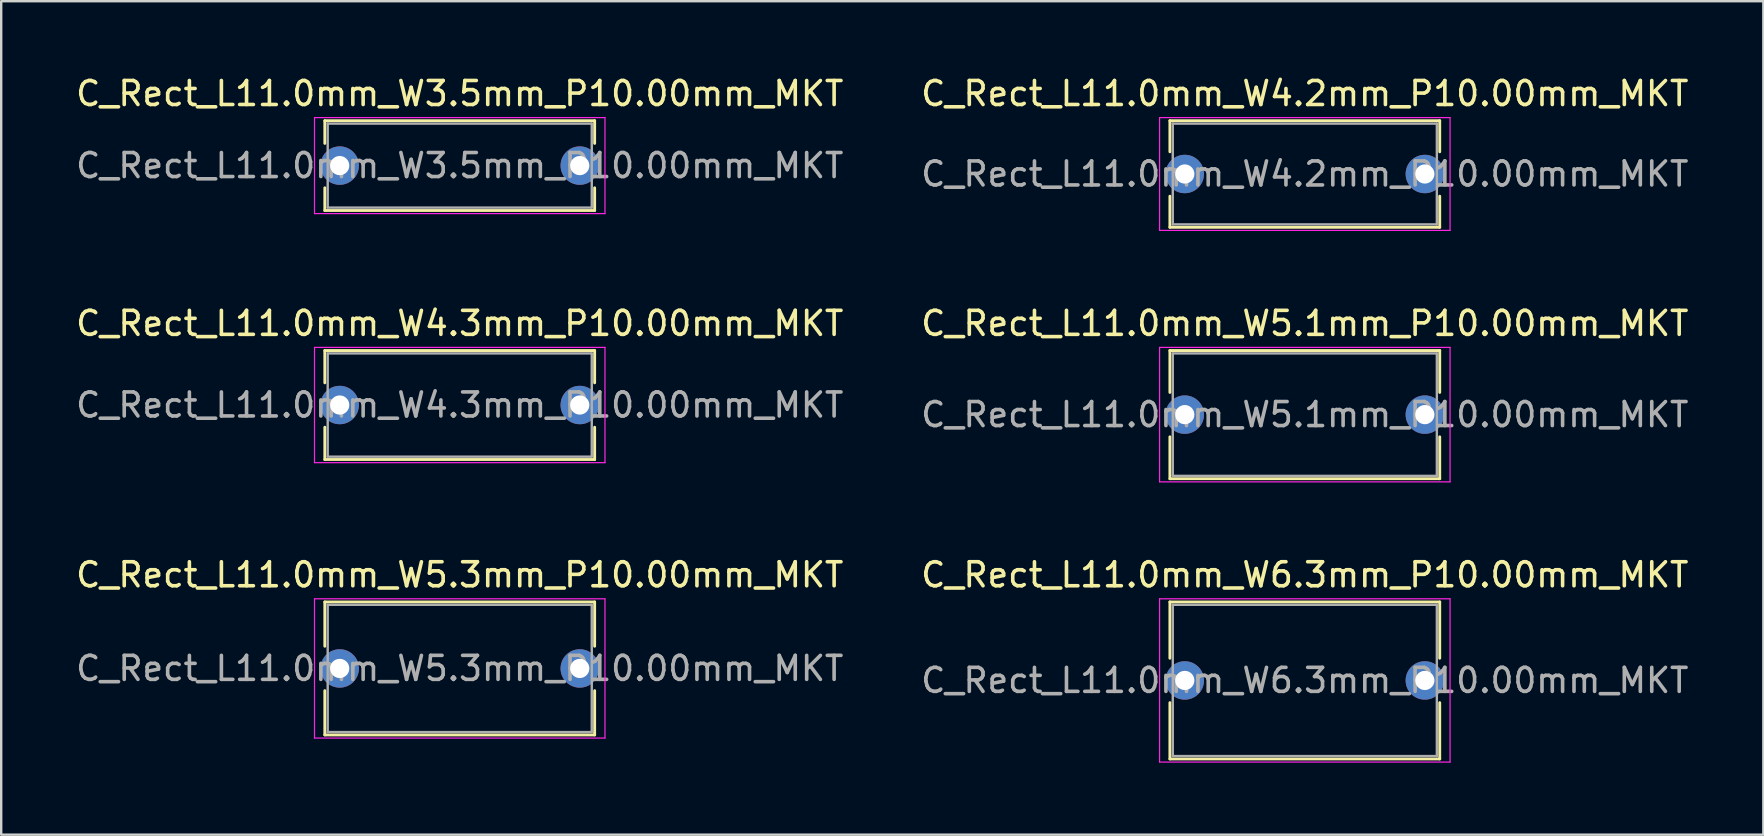
<source format=kicad_pcb>
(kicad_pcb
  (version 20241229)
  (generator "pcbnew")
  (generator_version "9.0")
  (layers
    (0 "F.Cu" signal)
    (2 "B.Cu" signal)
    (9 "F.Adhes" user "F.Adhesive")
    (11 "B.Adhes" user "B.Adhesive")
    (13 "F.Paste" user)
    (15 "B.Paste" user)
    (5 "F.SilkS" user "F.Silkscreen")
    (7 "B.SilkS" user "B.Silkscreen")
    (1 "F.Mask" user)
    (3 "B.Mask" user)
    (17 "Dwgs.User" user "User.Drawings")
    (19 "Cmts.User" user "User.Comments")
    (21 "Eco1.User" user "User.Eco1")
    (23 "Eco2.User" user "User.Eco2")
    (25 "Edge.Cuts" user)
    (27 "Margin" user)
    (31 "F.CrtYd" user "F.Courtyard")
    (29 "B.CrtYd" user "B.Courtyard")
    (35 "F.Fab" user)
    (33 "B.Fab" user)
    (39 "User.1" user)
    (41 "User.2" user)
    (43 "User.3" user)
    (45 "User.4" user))
  (footprint "C_Rect_L11.0mm_W5.1mm_P10.00mm_MKT"
    (layer "F.Cu")
    (at 46.304 14.222)
    (property "Reference" "C_Rect_L11.0mm_W5.1mm_P10.00mm_MKT" (at 5 -3.8 0) (layer "F.SilkS") (effects (font (size 1 1) (thickness 0.15))))
    (attr through_hole)
    (fp_line (start -0.62 -2.67) (end -0.62 -0.925) (stroke (width 0.12) (type solid)) (layer "F.SilkS"))
    (fp_line (start -0.62 -2.67) (end 10.62 -2.67) (stroke (width 0.12) (type solid)) (layer "F.SilkS"))
    (fp_line (start -0.62 0.925) (end -0.62 2.67) (stroke (width 0.12) (type solid)) (layer "F.SilkS"))
    (fp_line (start -0.62 2.67) (end 10.62 2.67) (stroke (width 0.12) (type solid)) (layer "F.SilkS"))
    (fp_line (start 10.62 -2.67) (end 10.62 -0.925) (stroke (width 0.12) (type solid)) (layer "F.SilkS"))
    (fp_line (start 10.62 0.925) (end 10.62 2.67) (stroke (width 0.12) (type solid)) (layer "F.SilkS"))
    (fp_line (start -1.05 -2.8) (end -1.05 2.8) (stroke (width 0.05) (type solid)) (layer "F.CrtYd"))
    (fp_line (start -1.05 2.8) (end 11.05 2.8) (stroke (width 0.05) (type solid)) (layer "F.CrtYd"))
    (fp_line (start 11.05 -2.8) (end -1.05 -2.8) (stroke (width 0.05) (type solid)) (layer "F.CrtYd"))
    (fp_line (start 11.05 2.8) (end 11.05 -2.8) (stroke (width 0.05) (type solid)) (layer "F.CrtYd"))
    (fp_line (start -0.5 -2.55) (end -0.5 2.55) (stroke (width 0.1) (type solid)) (layer "F.Fab"))
    (fp_line (start -0.5 2.55) (end 10.5 2.55) (stroke (width 0.1) (type solid)) (layer "F.Fab"))
    (fp_line (start 10.5 -2.55) (end -0.5 -2.55) (stroke (width 0.1) (type solid)) (layer "F.Fab"))
    (fp_line (start 10.5 2.55) (end 10.5 -2.55) (stroke (width 0.1) (type solid)) (layer "F.Fab"))
    (fp_text user "${REFERENCE}" (at 5 0 0) (layer "F.Fab") (effects (font (size 1 1) (thickness 0.15))))
    (pad "1" thru_hole circle (at 0 0) (size 1.6 1.6) (drill 0.8) (layers "*.Cu" "*.Mask"))
    (pad "2" thru_hole circle (at 10 0) (size 1.6 1.6) (drill 0.8) (layers "*.Cu" "*.Mask")))
  (footprint "C_Rect_L11.0mm_W5.3mm_P10.00mm_MKT"
    (layer "F.Cu")
    (at 11.101 24.795)
    (property "Reference" "C_Rect_L11.0mm_W5.3mm_P10.00mm_MKT" (at 5 -3.9 0) (layer "F.SilkS") (effects (font (size 1 1) (thickness 0.15))))
    (attr through_hole)
    (fp_line (start -0.62 -2.77) (end -0.62 -0.925) (stroke (width 0.12) (type solid)) (layer "F.SilkS"))
    (fp_line (start -0.62 -2.77) (end 10.62 -2.77) (stroke (width 0.12) (type solid)) (layer "F.SilkS"))
    (fp_line (start -0.62 0.925) (end -0.62 2.77) (stroke (width 0.12) (type solid)) (layer "F.SilkS"))
    (fp_line (start -0.62 2.77) (end 10.62 2.77) (stroke (width 0.12) (type solid)) (layer "F.SilkS"))
    (fp_line (start 10.62 -2.77) (end 10.62 -0.925) (stroke (width 0.12) (type solid)) (layer "F.SilkS"))
    (fp_line (start 10.62 0.925) (end 10.62 2.77) (stroke (width 0.12) (type solid)) (layer "F.SilkS"))
    (fp_line (start -1.05 -2.9) (end -1.05 2.9) (stroke (width 0.05) (type solid)) (layer "F.CrtYd"))
    (fp_line (start -1.05 2.9) (end 11.05 2.9) (stroke (width 0.05) (type solid)) (layer "F.CrtYd"))
    (fp_line (start 11.05 -2.9) (end -1.05 -2.9) (stroke (width 0.05) (type solid)) (layer "F.CrtYd"))
    (fp_line (start 11.05 2.9) (end 11.05 -2.9) (stroke (width 0.05) (type solid)) (layer "F.CrtYd"))
    (fp_line (start -0.5 -2.65) (end -0.5 2.65) (stroke (width 0.1) (type solid)) (layer "F.Fab"))
    (fp_line (start -0.5 2.65) (end 10.5 2.65) (stroke (width 0.1) (type solid)) (layer "F.Fab"))
    (fp_line (start 10.5 -2.65) (end -0.5 -2.65) (stroke (width 0.1) (type solid)) (layer "F.Fab"))
    (fp_line (start 10.5 2.65) (end 10.5 -2.65) (stroke (width 0.1) (type solid)) (layer "F.Fab"))
    (fp_text user "${REFERENCE}" (at 5 0 0) (layer "F.Fab") (effects (font (size 1 1) (thickness 0.15))))
    (pad "1" thru_hole circle (at 0 0) (size 1.6 1.6) (drill 0.8) (layers "*.Cu" "*.Mask"))
    (pad "2" thru_hole circle (at 10 0) (size 1.6 1.6) (drill 0.8) (layers "*.Cu" "*.Mask")))
  (footprint "C_Rect_L11.0mm_W4.3mm_P10.00mm_MKT"
    (layer "F.Cu")
    (at 11.101 13.822)
    (property "Reference" "C_Rect_L11.0mm_W4.3mm_P10.00mm_MKT" (at 5 -3.4 0) (layer "F.SilkS") (effects (font (size 1 1) (thickness 0.15))))
    (attr through_hole)
    (fp_line (start -0.62 -2.27) (end -0.62 -0.925) (stroke (width 0.12) (type solid)) (layer "F.SilkS"))
    (fp_line (start -0.62 -2.27) (end 10.62 -2.27) (stroke (width 0.12) (type solid)) (layer "F.SilkS"))
    (fp_line (start -0.62 0.925) (end -0.62 2.27) (stroke (width 0.12) (type solid)) (layer "F.SilkS"))
    (fp_line (start -0.62 2.27) (end 10.62 2.27) (stroke (width 0.12) (type solid)) (layer "F.SilkS"))
    (fp_line (start 10.62 -2.27) (end 10.62 -0.925) (stroke (width 0.12) (type solid)) (layer "F.SilkS"))
    (fp_line (start 10.62 0.925) (end 10.62 2.27) (stroke (width 0.12) (type solid)) (layer "F.SilkS"))
    (fp_line (start -1.05 -2.4) (end -1.05 2.4) (stroke (width 0.05) (type solid)) (layer "F.CrtYd"))
    (fp_line (start -1.05 2.4) (end 11.05 2.4) (stroke (width 0.05) (type solid)) (layer "F.CrtYd"))
    (fp_line (start 11.05 -2.4) (end -1.05 -2.4) (stroke (width 0.05) (type solid)) (layer "F.CrtYd"))
    (fp_line (start 11.05 2.4) (end 11.05 -2.4) (stroke (width 0.05) (type solid)) (layer "F.CrtYd"))
    (fp_line (start -0.5 -2.15) (end -0.5 2.15) (stroke (width 0.1) (type solid)) (layer "F.Fab"))
    (fp_line (start -0.5 2.15) (end 10.5 2.15) (stroke (width 0.1) (type solid)) (layer "F.Fab"))
    (fp_line (start 10.5 -2.15) (end -0.5 -2.15) (stroke (width 0.1) (type solid)) (layer "F.Fab"))
    (fp_line (start 10.5 2.15) (end 10.5 -2.15) (stroke (width 0.1) (type solid)) (layer "F.Fab"))
    (fp_text user "${REFERENCE}" (at 5 0 0) (layer "F.Fab") (effects (font (size 1 1) (thickness 0.15))))
    (pad "1" thru_hole circle (at 0 0) (size 1.6 1.6) (drill 0.8) (layers "*.Cu" "*.Mask"))
    (pad "2" thru_hole circle (at 10 0) (size 1.6 1.6) (drill 0.8) (layers "*.Cu" "*.Mask")))
  (footprint "C_Rect_L11.0mm_W3.5mm_P10.00mm_MKT"
    (layer "F.Cu")
    (at 11.101 3.848)
    (property "Reference" "C_Rect_L11.0mm_W3.5mm_P10.00mm_MKT" (at 5 -3 0) (layer "F.SilkS") (effects (font (size 1 1) (thickness 0.15))))
    (attr through_hole)
    (fp_line (start -0.62 -1.87) (end -0.62 -0.925) (stroke (width 0.12) (type solid)) (layer "F.SilkS"))
    (fp_line (start -0.62 -1.87) (end 10.62 -1.87) (stroke (width 0.12) (type solid)) (layer "F.SilkS"))
    (fp_line (start -0.62 0.925) (end -0.62 1.87) (stroke (width 0.12) (type solid)) (layer "F.SilkS"))
    (fp_line (start -0.62 1.87) (end 10.62 1.87) (stroke (width 0.12) (type solid)) (layer "F.SilkS"))
    (fp_line (start 10.62 -1.87) (end 10.62 -0.925) (stroke (width 0.12) (type solid)) (layer "F.SilkS"))
    (fp_line (start 10.62 0.925) (end 10.62 1.87) (stroke (width 0.12) (type solid)) (layer "F.SilkS"))
    (fp_line (start -1.05 -2) (end -1.05 2) (stroke (width 0.05) (type solid)) (layer "F.CrtYd"))
    (fp_line (start -1.05 2) (end 11.05 2) (stroke (width 0.05) (type solid)) (layer "F.CrtYd"))
    (fp_line (start 11.05 -2) (end -1.05 -2) (stroke (width 0.05) (type solid)) (layer "F.CrtYd"))
    (fp_line (start 11.05 2) (end 11.05 -2) (stroke (width 0.05) (type solid)) (layer "F.CrtYd"))
    (fp_line (start -0.5 -1.75) (end -0.5 1.75) (stroke (width 0.1) (type solid)) (layer "F.Fab"))
    (fp_line (start -0.5 1.75) (end 10.5 1.75) (stroke (width 0.1) (type solid)) (layer "F.Fab"))
    (fp_line (start 10.5 -1.75) (end -0.5 -1.75) (stroke (width 0.1) (type solid)) (layer "F.Fab"))
    (fp_line (start 10.5 1.75) (end 10.5 -1.75) (stroke (width 0.1) (type solid)) (layer "F.Fab"))
    (fp_text user "${REFERENCE}" (at 5 0 0) (layer "F.Fab") (effects (font (size 1 1) (thickness 0.15))))
    (pad "1" thru_hole circle (at 0 0) (size 1.6 1.6) (drill 0.8) (layers "*.Cu" "*.Mask"))
    (pad "2" thru_hole circle (at 10 0) (size 1.6 1.6) (drill 0.8) (layers "*.Cu" "*.Mask")))
  (footprint "C_Rect_L11.0mm_W6.3mm_P10.00mm_MKT"
    (layer "F.Cu")
    (at 46.304 25.295)
    (property "Reference" "C_Rect_L11.0mm_W6.3mm_P10.00mm_MKT" (at 5 -4.4 0) (layer "F.SilkS") (effects (font (size 1 1) (thickness 0.15))))
    (attr through_hole)
    (fp_line (start -0.62 -3.27) (end -0.62 -0.925) (stroke (width 0.12) (type solid)) (layer "F.SilkS"))
    (fp_line (start -0.62 -3.27) (end 10.62 -3.27) (stroke (width 0.12) (type solid)) (layer "F.SilkS"))
    (fp_line (start -0.62 0.925) (end -0.62 3.27) (stroke (width 0.12) (type solid)) (layer "F.SilkS"))
    (fp_line (start -0.62 3.27) (end 10.62 3.27) (stroke (width 0.12) (type solid)) (layer "F.SilkS"))
    (fp_line (start 10.62 -3.27) (end 10.62 -0.925) (stroke (width 0.12) (type solid)) (layer "F.SilkS"))
    (fp_line (start 10.62 0.925) (end 10.62 3.27) (stroke (width 0.12) (type solid)) (layer "F.SilkS"))
    (fp_line (start -1.05 -3.4) (end -1.05 3.4) (stroke (width 0.05) (type solid)) (layer "F.CrtYd"))
    (fp_line (start -1.05 3.4) (end 11.05 3.4) (stroke (width 0.05) (type solid)) (layer "F.CrtYd"))
    (fp_line (start 11.05 -3.4) (end -1.05 -3.4) (stroke (width 0.05) (type solid)) (layer "F.CrtYd"))
    (fp_line (start 11.05 3.4) (end 11.05 -3.4) (stroke (width 0.05) (type solid)) (layer "F.CrtYd"))
    (fp_line (start -0.5 -3.15) (end -0.5 3.15) (stroke (width 0.1) (type solid)) (layer "F.Fab"))
    (fp_line (start -0.5 3.15) (end 10.5 3.15) (stroke (width 0.1) (type solid)) (layer "F.Fab"))
    (fp_line (start 10.5 -3.15) (end -0.5 -3.15) (stroke (width 0.1) (type solid)) (layer "F.Fab"))
    (fp_line (start 10.5 3.15) (end 10.5 -3.15) (stroke (width 0.1) (type solid)) (layer "F.Fab"))
    (fp_text user "${REFERENCE}" (at 5 0 0) (layer "F.Fab") (effects (font (size 1 1) (thickness 0.15))))
    (pad "1" thru_hole circle (at 0 0) (size 1.6 1.6) (drill 0.8) (layers "*.Cu" "*.Mask"))
    (pad "2" thru_hole circle (at 10 0) (size 1.6 1.6) (drill 0.8) (layers "*.Cu" "*.Mask")))
  (footprint "C_Rect_L11.0mm_W4.2mm_P10.00mm_MKT"
    (layer "F.Cu")
    (at 46.304 4.198)
    (property "Reference" "C_Rect_L11.0mm_W4.2mm_P10.00mm_MKT" (at 5 -3.35 0) (layer "F.SilkS") (effects (font (size 1 1) (thickness 0.15))))
    (attr through_hole)
    (fp_line (start -0.62 -2.22) (end -0.62 -0.925) (stroke (width 0.12) (type solid)) (layer "F.SilkS"))
    (fp_line (start -0.62 -2.22) (end 10.62 -2.22) (stroke (width 0.12) (type solid)) (layer "F.SilkS"))
    (fp_line (start -0.62 0.925) (end -0.62 2.22) (stroke (width 0.12) (type solid)) (layer "F.SilkS"))
    (fp_line (start -0.62 2.22) (end 10.62 2.22) (stroke (width 0.12) (type solid)) (layer "F.SilkS"))
    (fp_line (start 10.62 -2.22) (end 10.62 -0.925) (stroke (width 0.12) (type solid)) (layer "F.SilkS"))
    (fp_line (start 10.62 0.925) (end 10.62 2.22) (stroke (width 0.12) (type solid)) (layer "F.SilkS"))
    (fp_line (start -1.05 -2.35) (end -1.05 2.35) (stroke (width 0.05) (type solid)) (layer "F.CrtYd"))
    (fp_line (start -1.05 2.35) (end 11.05 2.35) (stroke (width 0.05) (type solid)) (layer "F.CrtYd"))
    (fp_line (start 11.05 -2.35) (end -1.05 -2.35) (stroke (width 0.05) (type solid)) (layer "F.CrtYd"))
    (fp_line (start 11.05 2.35) (end 11.05 -2.35) (stroke (width 0.05) (type solid)) (layer "F.CrtYd"))
    (fp_line (start -0.5 -2.1) (end -0.5 2.1) (stroke (width 0.1) (type solid)) (layer "F.Fab"))
    (fp_line (start -0.5 2.1) (end 10.5 2.1) (stroke (width 0.1) (type solid)) (layer "F.Fab"))
    (fp_line (start 10.5 -2.1) (end -0.5 -2.1) (stroke (width 0.1) (type solid)) (layer "F.Fab"))
    (fp_line (start 10.5 2.1) (end 10.5 -2.1) (stroke (width 0.1) (type solid)) (layer "F.Fab"))
    (fp_text user "${REFERENCE}" (at 5 0 0) (layer "F.Fab") (effects (font (size 1 1) (thickness 0.15))))
    (pad "1" thru_hole circle (at 0 0) (size 1.6 1.6) (drill 0.8) (layers "*.Cu" "*.Mask"))
    (pad "2" thru_hole circle (at 10 0) (size 1.6 1.6) (drill 0.8) (layers "*.Cu" "*.Mask")))
  (gr_rect
    (start -3 -3)
    (end 70.405 31.72)
    (stroke (width 0.1) (type default))
    (fill no)
    (layer "Edge.Cuts")))
</source>
